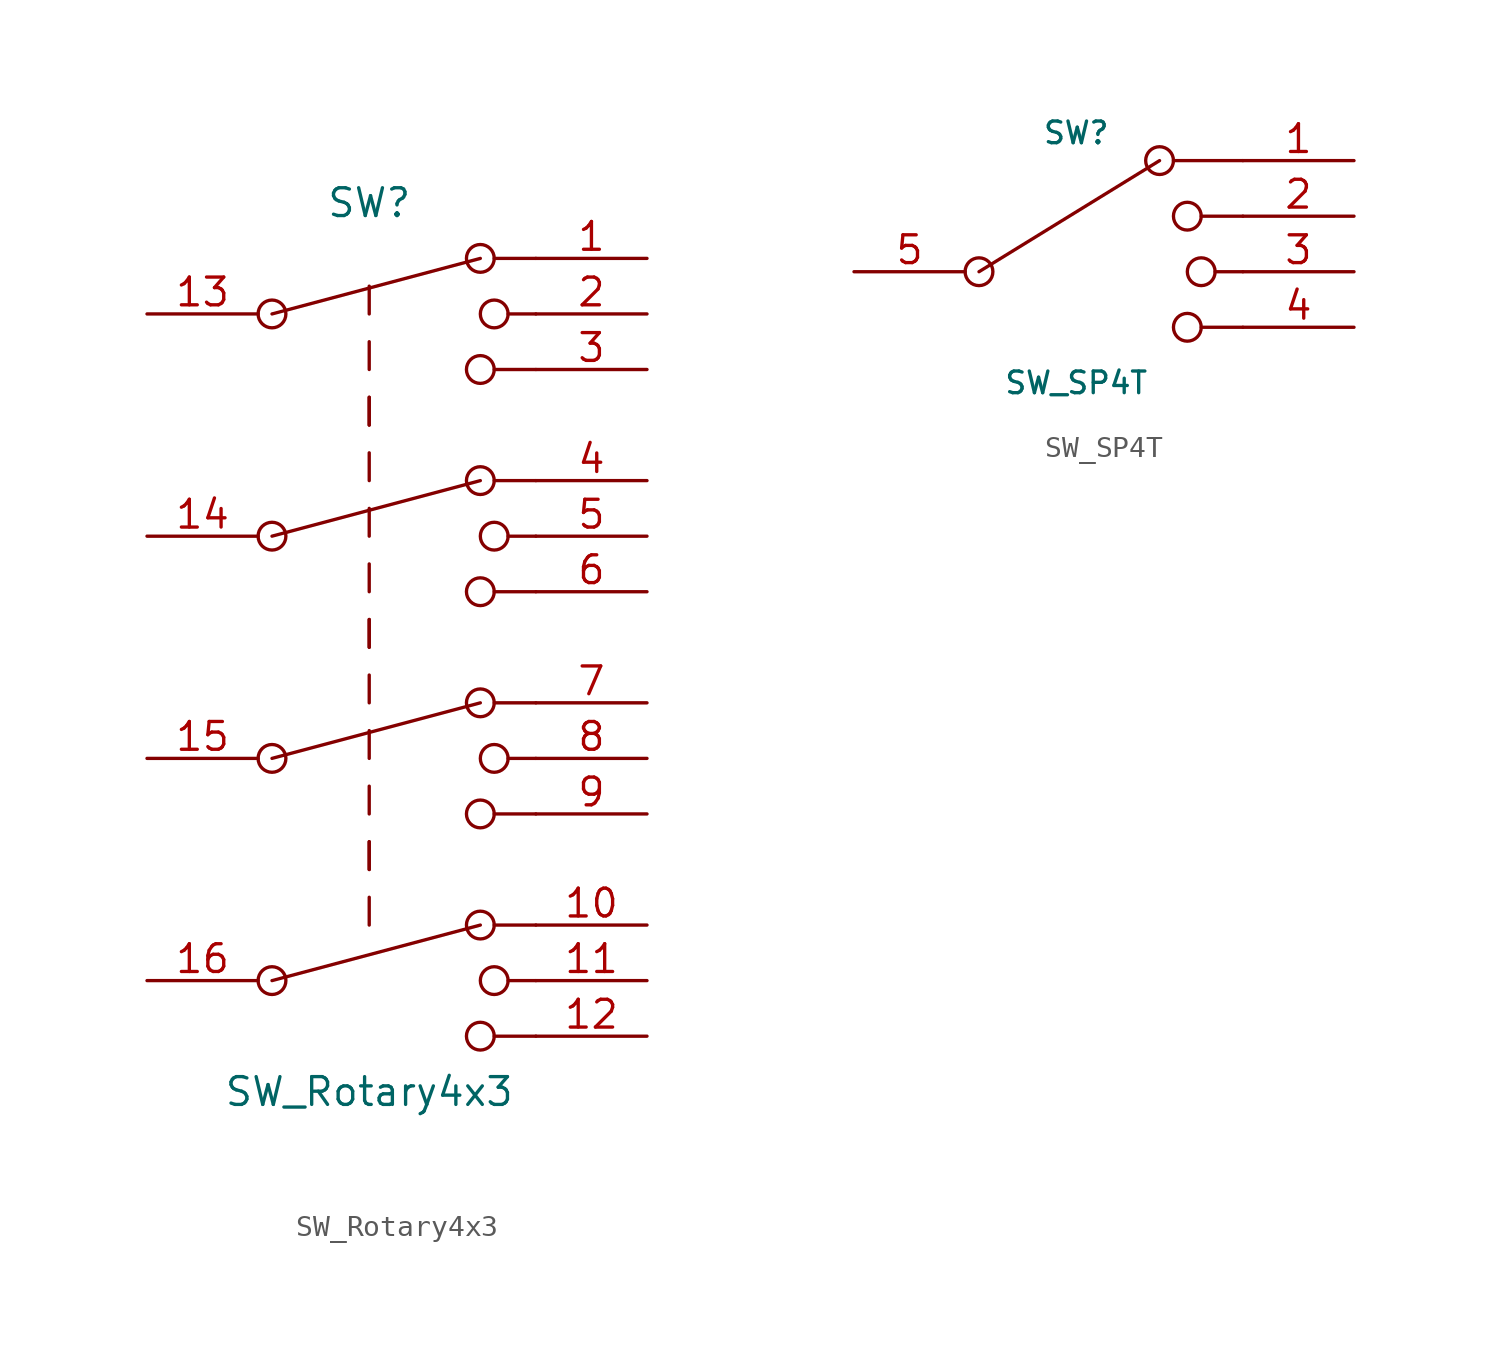
<source format=kicad_sym>
(kicad_symbol_lib
  (version 20220914)
  (generator kicad_symbol_editor)
  (symbol "SW_Rotary4x3"
    (pin_names
      (offset 1.016) hide)
    (property "Reference" "SW"
      (at 0 20.32 0)
      (effects (font (size 1.27 1.27))))
    (property "Value" "SW_Rotary4x3"
      (at 0 -20.32 0)
      (effects (font (size 1.27 1.27))))
    (symbol "SW_Rotary4x3_0_0"
      (circle (center -4.445 -15.24) (radius 0.635) (stroke (width 0) (type solid)) (fill (type none)))
      (circle (center -4.445 -5.08) (radius 0.635) (stroke (width 0) (type solid)) (fill (type none)))
      (circle (center -4.445 5.08) (radius 0.635) (stroke (width 0) (type solid)) (fill (type none)))
      (circle (center -4.445 15.24) (radius 0.635) (stroke (width 0) (type solid)) (fill (type none)))
      (polyline (pts (xy -4.445 -15.24) (xy 5.08 -12.7)) (stroke (width 0) (type solid)) (fill (type none)))
      (polyline (pts (xy -4.445 -5.08) (xy 5.08 -2.54)) (stroke (width 0) (type solid)) (fill (type none)))
      (polyline (pts (xy -4.445 5.08) (xy 5.08 7.62)) (stroke (width 0) (type solid)) (fill (type none)))
      (polyline (pts (xy -4.445 15.24) (xy 5.08 17.78)) (stroke (width 0) (type solid)) (fill (type none)))
      (polyline (pts (xy 0 -12.7) (xy 0 -11.43)) (stroke (width 0) (type solid)) (fill (type none)))
      (polyline (pts (xy 0 -10.16) (xy 0 -8.89)) (stroke (width 0) (type solid)) (fill (type none)))
      (polyline (pts (xy 0 -10.16) (xy 0 -8.89)) (stroke (width 0) (type solid)) (fill (type none)))
      (polyline (pts (xy 0 -7.62) (xy 0 -6.35)) (stroke (width 0) (type solid)) (fill (type none)))
      (polyline (pts (xy 0 -5.08) (xy 0 -3.81)) (stroke (width 0) (type solid)) (fill (type none)))
      (polyline (pts (xy 0 -2.54) (xy 0 -1.27)) (stroke (width 0) (type solid)) (fill (type none)))
      (polyline (pts (xy 0 0) (xy 0 1.27)) (stroke (width 0) (type solid)) (fill (type none)))
      (polyline (pts (xy 0 0) (xy 0 1.27)) (stroke (width 0) (type solid)) (fill (type none)))
      (polyline (pts (xy 0 2.54) (xy 0 3.81)) (stroke (width 0) (type solid)) (fill (type none)))
      (polyline (pts (xy 0 5.08) (xy 0 6.35)) (stroke (width 0) (type solid)) (fill (type none)))
      (polyline (pts (xy 0 7.62) (xy 0 8.89)) (stroke (width 0) (type solid)) (fill (type none)))
      (polyline (pts (xy 0 10.16) (xy 0 11.43)) (stroke (width 0) (type solid)) (fill (type none)))
      (polyline (pts (xy 0 10.16) (xy 0 11.43)) (stroke (width 0) (type solid)) (fill (type none)))
      (polyline (pts (xy 0 12.7) (xy 0 13.97)) (stroke (width 0) (type solid)) (fill (type none)))
      (polyline (pts (xy 0 15.24) (xy 0 16.51)) (stroke (width 0) (type solid)) (fill (type none)))
      (polyline (pts (xy 5.715 -17.78) (xy 7.62 -17.78)) (stroke (width 0) (type solid)) (fill (type none)))
      (polyline (pts (xy 5.715 -12.7) (xy 7.62 -12.7)) (stroke (width 0) (type solid)) (fill (type none)))
      (polyline (pts (xy 5.715 -7.62) (xy 7.62 -7.62)) (stroke (width 0) (type solid)) (fill (type none)))
      (polyline (pts (xy 5.715 -2.54) (xy 7.62 -2.54)) (stroke (width 0) (type solid)) (fill (type none)))
      (polyline (pts (xy 5.715 2.54) (xy 7.62 2.54)) (stroke (width 0) (type solid)) (fill (type none)))
      (polyline (pts (xy 5.715 7.62) (xy 7.62 7.62)) (stroke (width 0) (type solid)) (fill (type none)))
      (polyline (pts (xy 5.715 12.7) (xy 7.62 12.7)) (stroke (width 0) (type solid)) (fill (type none)))
      (polyline (pts (xy 5.715 17.78) (xy 7.62 17.78)) (stroke (width 0) (type solid)) (fill (type none)))
      (polyline (pts (xy 6.35 -15.24) (xy 7.62 -15.24)) (stroke (width 0) (type solid)) (fill (type none)))
      (polyline (pts (xy 6.35 -5.08) (xy 7.62 -5.08)) (stroke (width 0) (type solid)) (fill (type none)))
      (polyline (pts (xy 6.35 5.08) (xy 7.62 5.08)) (stroke (width 0) (type solid)) (fill (type none)))
      (polyline (pts (xy 6.35 15.24) (xy 7.62 15.24)) (stroke (width 0) (type solid)) (fill (type none)))
      (circle (center 5.08 -17.78) (radius 0.635) (stroke (width 0) (type solid)) (fill (type none)))
      (circle (center 5.08 -12.7) (radius 0.635) (stroke (width 0) (type solid)) (fill (type none)))
      (circle (center 5.08 -7.62) (radius 0.635) (stroke (width 0) (type solid)) (fill (type none)))
      (circle (center 5.08 -2.54) (radius 0.635) (stroke (width 0) (type solid)) (fill (type none)))
      (circle (center 5.08 2.54) (radius 0.635) (stroke (width 0) (type solid)) (fill (type none)))
      (circle (center 5.08 7.62) (radius 0.635) (stroke (width 0) (type solid)) (fill (type none)))
      (circle (center 5.08 12.7) (radius 0.635) (stroke (width 0) (type solid)) (fill (type none)))
      (circle (center 5.08 17.78) (radius 0.635) (stroke (width 0) (type solid)) (fill (type none)))
      (circle (center 5.715 -15.24) (radius 0.635) (stroke (width 0) (type solid)) (fill (type none)))
      (circle (center 5.715 -5.08) (radius 0.635) (stroke (width 0) (type solid)) (fill (type none)))
      (circle (center 5.715 5.08) (radius 0.635) (stroke (width 0) (type solid)) (fill (type none)))
      (circle (center 5.715 15.24) (radius 0.635) (stroke (width 0) (type solid)) (fill (type none))))
    (symbol "SW_Rotary4x3_0_1"
      (pin passive line (at 12.7 17.78 180) (length 5.08) (name "1" (effects (font (size 1.27 1.27)))) (number "1" (effects (font (size 1.27 1.27)))))
      (pin passive line (at 12.7 -12.7 180) (length 5.08) (name "10" (effects (font (size 1.27 1.27)))) (number "10" (effects (font (size 1.27 1.27)))))
      (pin passive line (at 12.7 -15.24 180) (length 5.08) (name "11" (effects (font (size 1.27 1.27)))) (number "11" (effects (font (size 1.27 1.27)))))
      (pin passive line (at 12.7 -17.78 180) (length 5.08) (name "12" (effects (font (size 1.27 1.27)))) (number "12" (effects (font (size 1.27 1.27)))))
      (pin passive line (at -10.16 15.24 0) (length 5.08) (name "13" (effects (font (size 1.27 1.27)))) (number "13" (effects (font (size 1.27 1.27)))))
      (pin passive line (at -10.16 5.08 0) (length 5.08) (name "14" (effects (font (size 1.27 1.27)))) (number "14" (effects (font (size 1.27 1.27)))))
      (pin passive line (at -10.16 -5.08 0) (length 5.08) (name "15" (effects (font (size 1.27 1.27)))) (number "15" (effects (font (size 1.27 1.27)))))
      (pin passive line (at -10.16 -15.24 0) (length 5.08) (name "16" (effects (font (size 1.27 1.27)))) (number "16" (effects (font (size 1.27 1.27)))))
      (pin passive line (at 12.7 15.24 180) (length 5.08) (name "2" (effects (font (size 1.27 1.27)))) (number "2" (effects (font (size 1.27 1.27)))))
      (pin passive line (at 12.7 12.7 180) (length 5.08) (name "3" (effects (font (size 1.27 1.27)))) (number "3" (effects (font (size 1.27 1.27)))))
      (pin passive line (at 12.7 7.62 180) (length 5.08) (name "4" (effects (font (size 1.27 1.27)))) (number "4" (effects (font (size 1.27 1.27)))))
      (pin passive line (at 12.7 5.08 180) (length 5.08) (name "5" (effects (font (size 1.27 1.27)))) (number "5" (effects (font (size 1.27 1.27)))))
      (pin passive line (at 12.7 2.54 180) (length 5.08) (name "6" (effects (font (size 1.27 1.27)))) (number "6" (effects (font (size 1.27 1.27)))))
      (pin passive line (at 12.7 -2.54 180) (length 5.08) (name "7" (effects (font (size 1.27 1.27)))) (number "7" (effects (font (size 1.27 1.27)))))
      (pin passive line (at 12.7 -5.08 180) (length 5.08) (name "8" (effects (font (size 1.27 1.27)))) (number "8" (effects (font (size 1.27 1.27)))))
      (pin passive line (at 12.7 -7.62 180) (length 5.08) (name "9" (effects (font (size 1.27 1.27)))) (number "9" (effects (font (size 1.27 1.27)))))))
  (symbol "SW_SP4T"
    (pin_names
      (offset 1.016) hide)
    (property "Reference" "SW"
      (at 0 19.05 0)
      (effects (font (size 0.991 0.991))))
    (property "Value" "SW_SP4T"
      (at 0 7.62 0)
      (effects (font (size 0.991 0.991))))
    (symbol "SW_SP4T_0_0"
      (circle (center -4.445 12.7) (radius 0.635) (stroke (width 0) (type solid)) (fill (type none)))
      (polyline (pts (xy -4.445 12.7) (xy 3.81 17.78)) (stroke (width 0) (type solid)) (fill (type none)))
      (polyline (pts (xy 4.445 17.78) (xy 7.62 17.78)) (stroke (width 0) (type solid)) (fill (type none)))
      (polyline (pts (xy 5.715 10.16) (xy 7.62 10.16)) (stroke (width 0) (type solid)) (fill (type none)))
      (polyline (pts (xy 5.715 15.24) (xy 7.62 15.24)) (stroke (width 0) (type solid)) (fill (type none)))
      (polyline (pts (xy 6.35 12.7) (xy 7.62 12.7)) (stroke (width 0) (type solid)) (fill (type none)))
      (circle (center 3.81 17.78) (radius 0.635) (stroke (width 0) (type solid)) (fill (type none)))
      (circle (center 5.08 10.16) (radius 0.635) (stroke (width 0) (type solid)) (fill (type none)))
      (circle (center 5.08 15.24) (radius 0.635) (stroke (width 0) (type solid)) (fill (type none)))
      (circle (center 5.715 12.7) (radius 0.635) (stroke (width 0) (type solid)) (fill (type none))))
    (symbol "SW_SP4T_0_1"
      (pin passive line (at 12.7 17.78 180) (length 5.08) (name "1" (effects (font (size 1.27 1.27)))) (number "1" (effects (font (size 1.27 1.27)))))
      (pin passive line (at 12.7 15.24 180) (length 5.08) (name "2" (effects (font (size 1.27 1.27)))) (number "2" (effects (font (size 1.27 1.27)))))
      (pin passive line (at 12.7 12.7 180) (length 5.08) (name "3" (effects (font (size 1.27 1.27)))) (number "3" (effects (font (size 1.27 1.27)))))
      (pin passive line (at 12.7 10.16 180) (length 5.08) (name "4" (effects (font (size 1.27 1.27)))) (number "4" (effects (font (size 1.27 1.27)))))
      (pin passive line (at -10.16 12.7 0) (length 5.08) (name "5" (effects (font (size 1.27 1.27)))) (number "5" (effects (font (size 1.27 1.27))))))))
</source>
